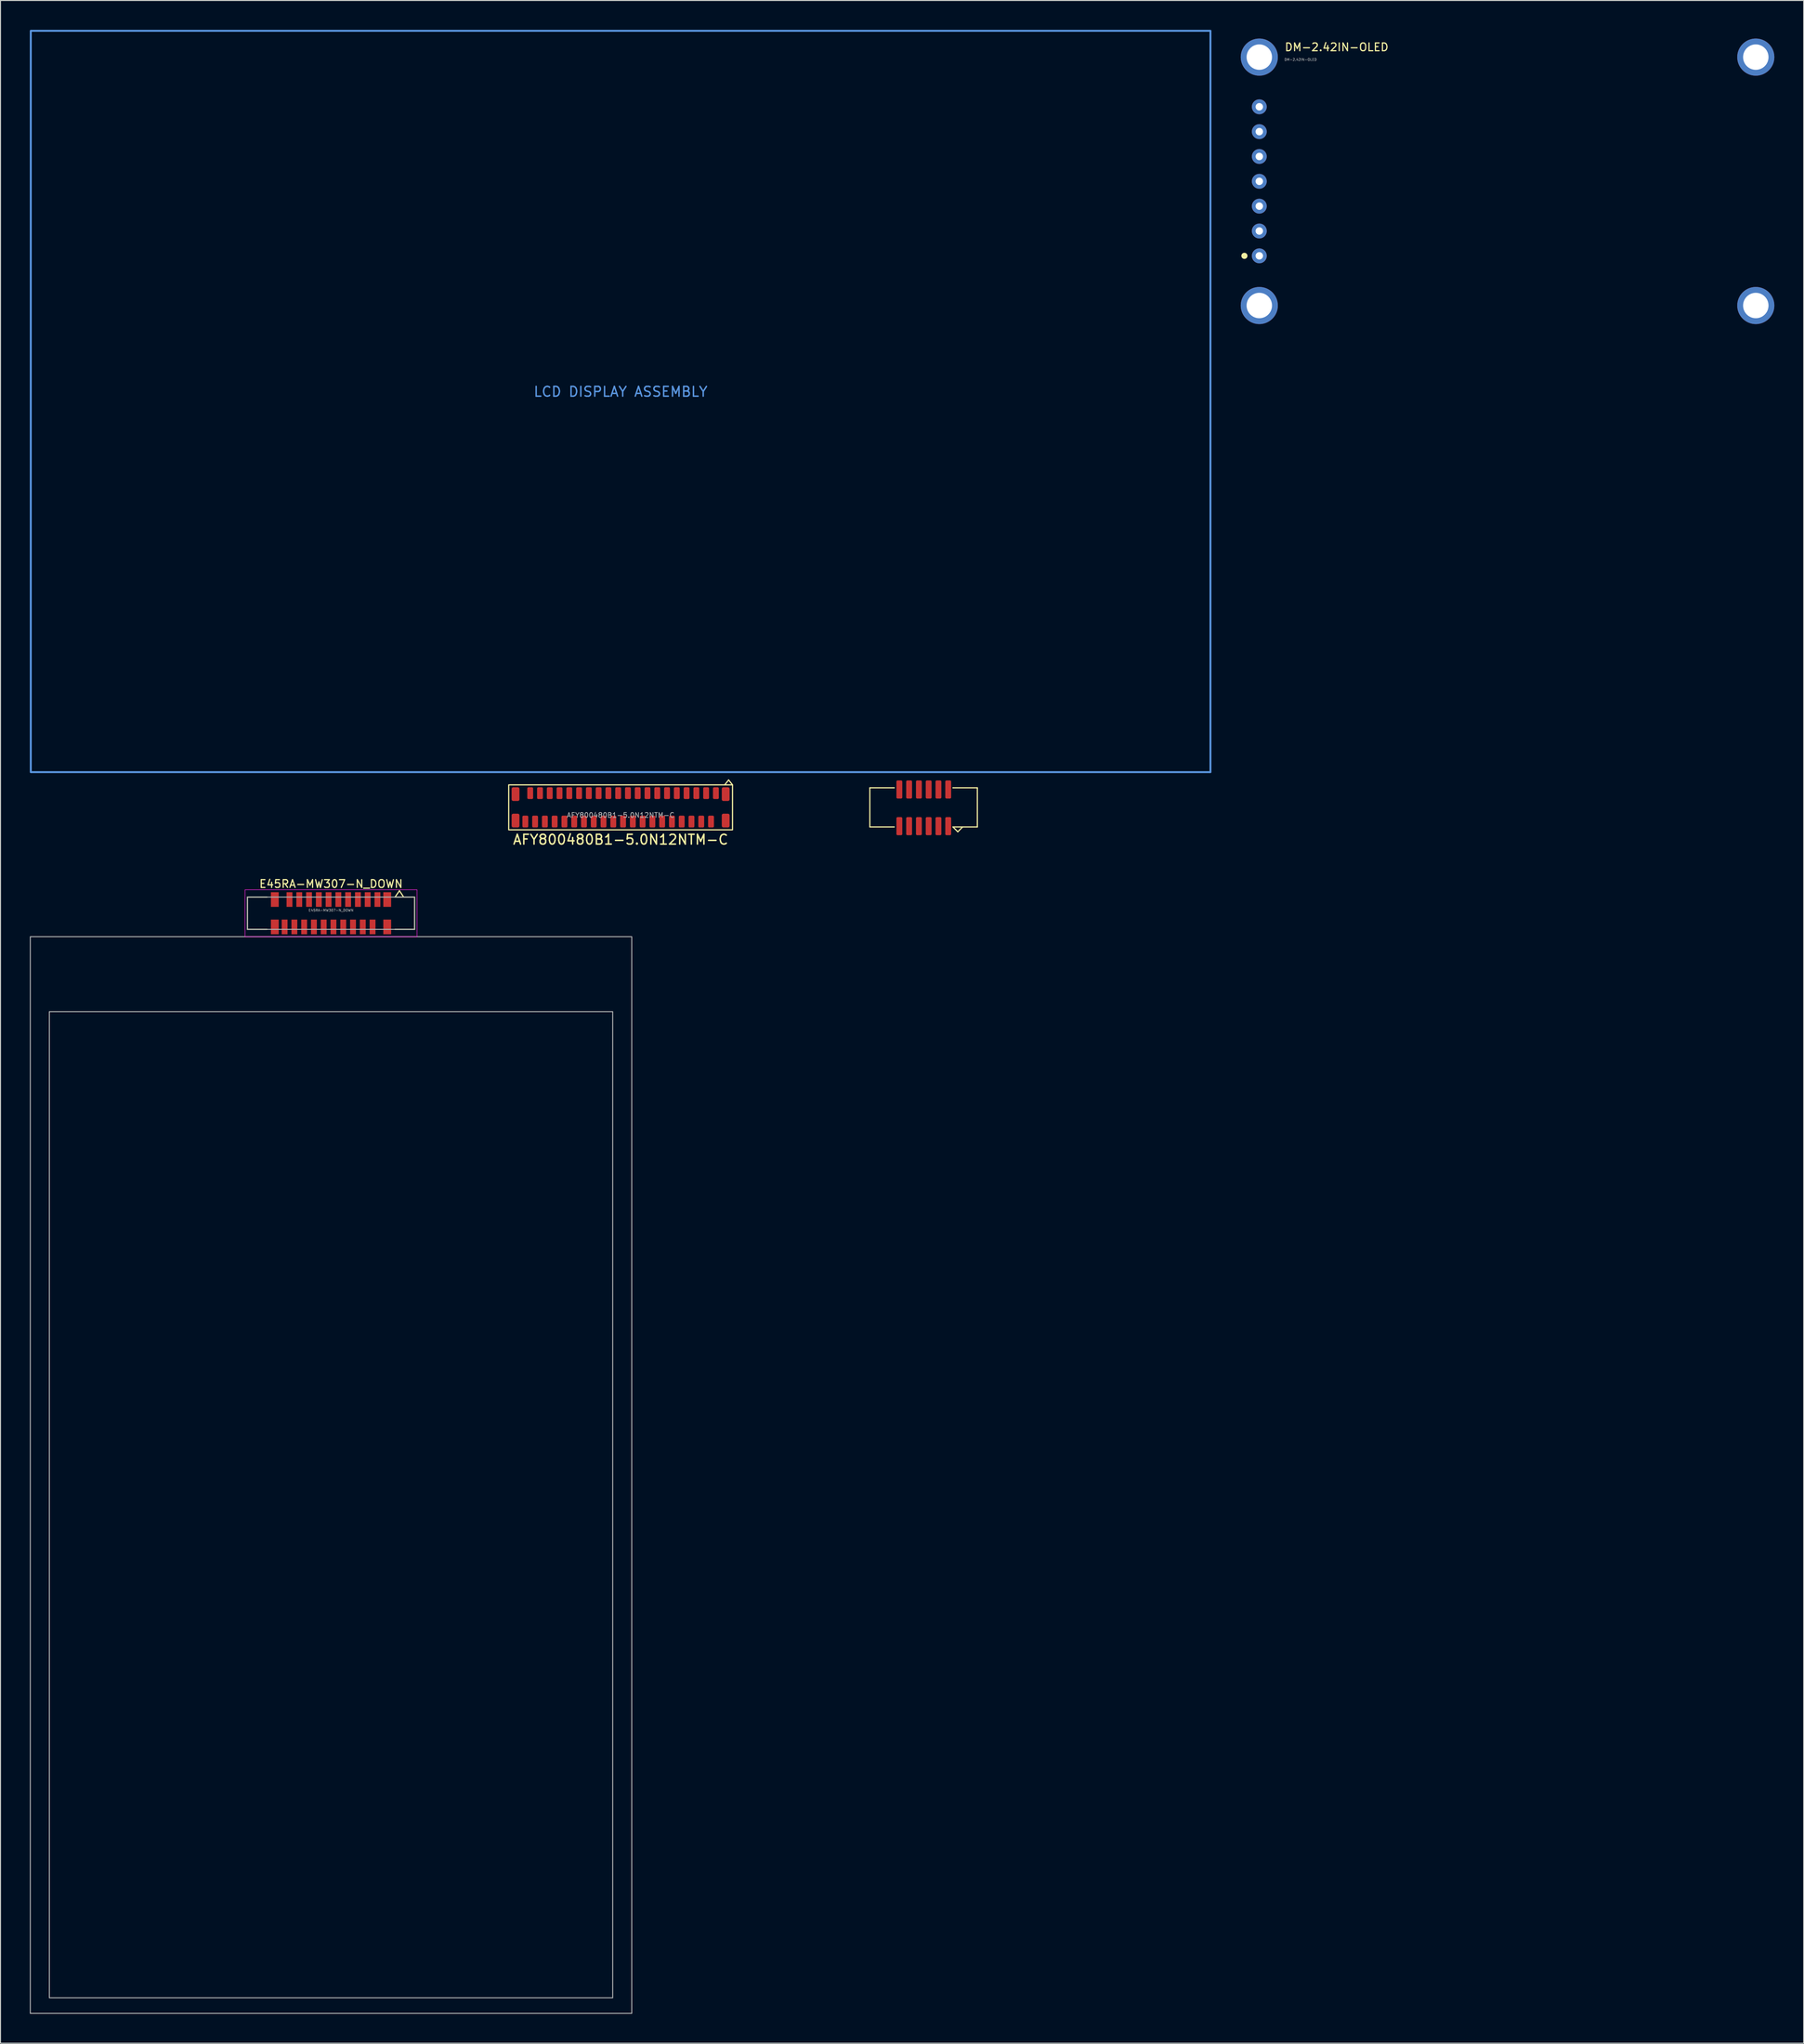
<source format=kicad_pcb>
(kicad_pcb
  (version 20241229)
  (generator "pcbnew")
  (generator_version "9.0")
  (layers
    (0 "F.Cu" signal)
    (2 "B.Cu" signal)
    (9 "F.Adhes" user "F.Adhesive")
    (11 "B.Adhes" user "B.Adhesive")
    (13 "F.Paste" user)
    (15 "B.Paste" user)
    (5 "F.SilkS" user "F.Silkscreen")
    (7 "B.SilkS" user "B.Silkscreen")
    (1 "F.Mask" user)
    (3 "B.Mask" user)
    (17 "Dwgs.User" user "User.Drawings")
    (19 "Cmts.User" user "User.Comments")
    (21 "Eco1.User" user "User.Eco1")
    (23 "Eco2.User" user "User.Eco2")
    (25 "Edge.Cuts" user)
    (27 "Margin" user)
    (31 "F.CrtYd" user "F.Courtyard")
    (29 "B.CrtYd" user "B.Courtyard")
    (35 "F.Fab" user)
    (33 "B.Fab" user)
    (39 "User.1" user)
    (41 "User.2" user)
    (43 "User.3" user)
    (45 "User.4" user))
  (footprint "AFY800480B1-5.0N12NTM-C"
    (layer "F.Cu")
    (at 60.45 79.5)
    (property "Reference" "AFY800480B1-5.0N12NTM-C" (at 0 3.3 0) (unlocked yes) (layer "F.SilkS") (effects (font (size 1 1) (thickness 0.15))))
    (attr smd)
    (fp_line (start 11.05 -2.8) (end 10.65 -2.3) (stroke (width 0.12) (type default)) (layer "F.SilkS"))
    (fp_line (start 11.45 -2.3) (end 11.05 -2.8) (stroke (width 0.12) (type default)) (layer "F.SilkS"))
    (fp_line (start 25.5 -2) (end 25.5 2) (stroke (width 0.12) (type default)) (layer "F.SilkS"))
    (fp_line (start 25.5 2) (end 28 2) (stroke (width 0.12) (type default)) (layer "F.SilkS"))
    (fp_line (start 28 -2) (end 25.5 -2) (stroke (width 0.12) (type default)) (layer "F.SilkS"))
    (fp_line (start 34 -2) (end 36.5 -2) (stroke (width 0.12) (type default)) (layer "F.SilkS"))
    (fp_line (start 34 2) (end 34.5 2.5) (stroke (width 0.12) (type default)) (layer "F.SilkS"))
    (fp_line (start 34.5 2.5) (end 35 2) (stroke (width 0.12) (type default)) (layer "F.SilkS"))
    (fp_line (start 36.5 -2) (end 36.5 2) (stroke (width 0.12) (type default)) (layer "F.SilkS"))
    (fp_line (start 36.5 2) (end 34 2) (stroke (width 0.12) (type default)) (layer "F.SilkS"))
    (fp_rect (start -11.45 -2.3) (end 11.45 2.3) (stroke (width 0.12) (type default)) (fill no) (layer "F.SilkS"))
    (fp_rect (start -60.35 -79.4) (end 60.35 -3.6) (stroke (width 0.2) (type default)) (fill no) (layer "Cmts.User"))
    (fp_line (start 0 0) (end 31.02 0) (stroke (width 0.1) (type default)) (layer "User.4"))
    (fp_text user "LCD DISPLAY ASSEMBLY" (at 0 -42.5 0) (unlocked yes) (layer "Cmts.User") (effects (font (size 1 1) (thickness 0.15))))
    (fp_text user "${REFERENCE}" (at 0 0.8 0) (unlocked yes) (layer "F.Fab") (effects (font (size 0.5 0.5) (thickness 0.075))))
    (pad "1A" smd roundrect (at 9.75 -1.45) (size 0.6 1.2) (layers "F.Cu" "F.Mask" "F.Paste") (roundrect_rratio 0.2))
    (pad "1B" smd roundrect (at 28.52 -1.825) (size 0.6 1.85) (layers "F.Cu" "F.Mask" "F.Paste") (roundrect_rratio 0.2))
    (pad "1B" smd roundrect (at 28.52 1.925) (size 0.6 1.85) (layers "F.Cu" "F.Mask" "F.Paste") (roundrect_rratio 0.2))
    (pad "2A" smd roundrect (at 9.25 1.45) (size 0.6 1.2) (layers "F.Cu" "F.Mask" "F.Paste") (roundrect_rratio 0.2))
    (pad "2B" smd roundrect (at 29.52 -1.825) (size 0.6 1.85) (layers "F.Cu" "F.Mask" "F.Paste") (roundrect_rratio 0.2))
    (pad "2B" smd roundrect (at 29.52 1.925) (size 0.6 1.85) (layers "F.Cu" "F.Mask" "F.Paste") (roundrect_rratio 0.2))
    (pad "3A" smd roundrect (at 8.75 -1.45) (size 0.6 1.2) (layers "F.Cu" "F.Mask" "F.Paste") (roundrect_rratio 0.2))
    (pad "3B" smd roundrect (at 30.52 -1.825) (size 0.6 1.85) (layers "F.Cu" "F.Mask" "F.Paste") (roundrect_rratio 0.2))
    (pad "3B" smd roundrect (at 30.52 1.925) (size 0.6 1.85) (layers "F.Cu" "F.Mask" "F.Paste") (roundrect_rratio 0.2))
    (pad "4A" smd roundrect (at 8.25 1.45) (size 0.6 1.2) (layers "F.Cu" "F.Mask" "F.Paste") (roundrect_rratio 0.2))
    (pad "4B" smd roundrect (at 31.52 -1.825) (size 0.6 1.85) (layers "F.Cu" "F.Mask" "F.Paste") (roundrect_rratio 0.2))
    (pad "4B" smd roundrect (at 31.52 1.925) (size 0.6 1.85) (layers "F.Cu" "F.Mask" "F.Paste") (roundrect_rratio 0.2))
    (pad "5A" smd roundrect (at 7.75 -1.45) (size 0.6 1.2) (layers "F.Cu" "F.Mask" "F.Paste") (roundrect_rratio 0.2))
    (pad "5B" smd roundrect (at 32.52 -1.825) (size 0.6 1.85) (layers "F.Cu" "F.Mask" "F.Paste") (roundrect_rratio 0.2))
    (pad "5B" smd roundrect (at 32.52 1.925) (size 0.6 1.85) (layers "F.Cu" "F.Mask" "F.Paste") (roundrect_rratio 0.2))
    (pad "6A" smd roundrect (at 7.25 1.45) (size 0.6 1.2) (layers "F.Cu" "F.Mask" "F.Paste") (roundrect_rratio 0.2))
    (pad "6B" smd roundrect (at 33.52 -1.825) (size 0.6 1.85) (layers "F.Cu" "F.Mask" "F.Paste") (roundrect_rratio 0.2))
    (pad "6B" smd roundrect (at 33.52 1.925) (size 0.6 1.85) (layers "F.Cu" "F.Mask" "F.Paste") (roundrect_rratio 0.2))
    (pad "7A" smd roundrect (at 6.75 -1.45) (size 0.6 1.2) (layers "F.Cu" "F.Mask" "F.Paste") (roundrect_rratio 0.2))
    (pad "8A" smd roundrect (at 6.25 1.45) (size 0.6 1.2) (layers "F.Cu" "F.Mask" "F.Paste") (roundrect_rratio 0.2))
    (pad "9A" smd roundrect (at 5.75 -1.45) (size 0.6 1.2) (layers "F.Cu" "F.Mask" "F.Paste") (roundrect_rratio 0.2))
    (pad "10A" smd roundrect (at 5.25 1.45) (size 0.6 1.2) (layers "F.Cu" "F.Mask" "F.Paste") (roundrect_rratio 0.2))
    (pad "11A" smd roundrect (at 4.75 -1.45) (size 0.6 1.2) (layers "F.Cu" "F.Mask" "F.Paste") (roundrect_rratio 0.2))
    (pad "12A" smd roundrect (at 4.25 1.45) (size 0.6 1.2) (layers "F.Cu" "F.Mask" "F.Paste") (roundrect_rratio 0.2))
    (pad "13A" smd roundrect (at 3.75 -1.45) (size 0.6 1.2) (layers "F.Cu" "F.Mask" "F.Paste") (roundrect_rratio 0.2))
    (pad "14A" smd roundrect (at 3.25 1.45) (size 0.6 1.2) (layers "F.Cu" "F.Mask" "F.Paste") (roundrect_rratio 0.2))
    (pad "15A" smd roundrect (at 2.75 -1.45) (size 0.6 1.2) (layers "F.Cu" "F.Mask" "F.Paste") (roundrect_rratio 0.2))
    (pad "16A" smd roundrect (at 2.25 1.45) (size 0.6 1.2) (layers "F.Cu" "F.Mask" "F.Paste") (roundrect_rratio 0.2))
    (pad "17A" smd roundrect (at 1.75 -1.45) (size 0.6 1.2) (layers "F.Cu" "F.Mask" "F.Paste") (roundrect_rratio 0.2))
    (pad "18A" smd roundrect (at 1.25 1.45) (size 0.6 1.2) (layers "F.Cu" "F.Mask" "F.Paste") (roundrect_rratio 0.2))
    (pad "19A" smd roundrect (at 0.75 -1.45) (size 0.6 1.2) (layers "F.Cu" "F.Mask" "F.Paste") (roundrect_rratio 0.2))
    (pad "20A" smd roundrect (at 0.25 1.45) (size 0.6 1.2) (layers "F.Cu" "F.Mask" "F.Paste") (roundrect_rratio 0.2))
    (pad "21A" smd roundrect (at -0.25 -1.45) (size 0.6 1.2) (layers "F.Cu" "F.Mask" "F.Paste") (roundrect_rratio 0.2))
    (pad "22A" smd roundrect (at -0.75 1.45) (size 0.6 1.2) (layers "F.Cu" "F.Mask" "F.Paste") (roundrect_rratio 0.2))
    (pad "23A" smd roundrect (at -1.25 -1.45) (size 0.6 1.2) (layers "F.Cu" "F.Mask" "F.Paste") (roundrect_rratio 0.2))
    (pad "24A" smd roundrect (at -1.75 1.45) (size 0.6 1.2) (layers "F.Cu" "F.Mask" "F.Paste") (roundrect_rratio 0.2))
    (pad "25A" smd roundrect (at -2.25 -1.45) (size 0.6 1.2) (layers "F.Cu" "F.Mask" "F.Paste") (roundrect_rratio 0.2))
    (pad "26A" smd roundrect (at -2.75 1.45) (size 0.6 1.2) (layers "F.Cu" "F.Mask" "F.Paste") (roundrect_rratio 0.2))
    (pad "27A" smd roundrect (at -3.25 -1.45) (size 0.6 1.2) (layers "F.Cu" "F.Mask" "F.Paste") (roundrect_rratio 0.2))
    (pad "28A" smd roundrect (at -3.75 1.45) (size 0.6 1.2) (layers "F.Cu" "F.Mask" "F.Paste") (roundrect_rratio 0.2))
    (pad "29A" smd roundrect (at -4.25 -1.45) (size 0.6 1.2) (layers "F.Cu" "F.Mask" "F.Paste") (roundrect_rratio 0.2))
    (pad "30A" smd roundrect (at -4.75 1.45) (size 0.6 1.2) (layers "F.Cu" "F.Mask" "F.Paste") (roundrect_rratio 0.2))
    (pad "31A" smd roundrect (at -5.25 -1.45) (size 0.6 1.2) (layers "F.Cu" "F.Mask" "F.Paste") (roundrect_rratio 0.2))
    (pad "32A" smd roundrect (at -5.75 1.45) (size 0.6 1.2) (layers "F.Cu" "F.Mask" "F.Paste") (roundrect_rratio 0.2))
    (pad "33A" smd roundrect (at -6.25 -1.45) (size 0.6 1.2) (layers "F.Cu" "F.Mask" "F.Paste") (roundrect_rratio 0.2))
    (pad "34A" smd roundrect (at -6.75 1.45) (size 0.6 1.2) (layers "F.Cu" "F.Mask" "F.Paste") (roundrect_rratio 0.2))
    (pad "35A" smd roundrect (at -7.25 -1.45) (size 0.6 1.2) (layers "F.Cu" "F.Mask" "F.Paste") (roundrect_rratio 0.2))
    (pad "36A" smd roundrect (at -7.75 1.45) (size 0.6 1.2) (layers "F.Cu" "F.Mask" "F.Paste") (roundrect_rratio 0.2))
    (pad "37A" smd roundrect (at -8.25 -1.45) (size 0.6 1.2) (layers "F.Cu" "F.Mask" "F.Paste") (roundrect_rratio 0.2))
    (pad "38A" smd roundrect (at -8.75 1.45) (size 0.6 1.2) (layers "F.Cu" "F.Mask" "F.Paste") (roundrect_rratio 0.2))
    (pad "39A" smd roundrect (at -9.25 -1.45) (size 0.6 1.2) (layers "F.Cu" "F.Mask" "F.Paste") (roundrect_rratio 0.2))
    (pad "40A" smd roundrect (at -9.75 1.45) (size 0.6 1.2) (layers "F.Cu" "F.Mask" "F.Paste") (roundrect_rratio 0.2))
    (pad "MP" smd roundrect (at -10.75 -1.35) (size 0.8 1.4) (layers "F.Cu" "F.Mask" "F.Paste") (roundrect_rratio 0.2))
    (pad "MP" smd roundrect (at -10.75 1.35) (size 0.8 1.4) (layers "F.Cu" "F.Mask" "F.Paste") (roundrect_rratio 0.2))
    (pad "MP" smd roundrect (at 10.75 -1.35) (size 0.8 1.4) (layers "F.Cu" "F.Mask" "F.Paste") (roundrect_rratio 0.2))
    (pad "MP" smd roundrect (at 10.75 1.35) (size 0.8 1.4) (layers "F.Cu" "F.Mask" "F.Paste") (roundrect_rratio 0.2)))
  (footprint "E45RA-MW307-N_DOWN"
    (layer "F.Cu")
    (at 30.82 90.327)
    (property "Reference" "E45RA-MW307-N_DOWN" (at 0 -3 0) (unlocked yes) (layer "F.SilkS") (effects (font (size 0.8 0.8) (thickness 0.12))))
    (attr smd)
    (fp_line (start -8.55 -1.65) (end -6.55 -1.65) (stroke (width 0.12) (type solid)) (layer "F.SilkS"))
    (fp_line (start -8.55 1.65) (end -8.55 -1.65) (stroke (width 0.12) (type solid)) (layer "F.SilkS"))
    (fp_line (start -6.55 1.65) (end -8.55 1.65) (stroke (width 0.12) (type solid)) (layer "F.SilkS"))
    (fp_line (start 6.55 -1.65) (end 7 -2.3) (stroke (width 0.12) (type default)) (layer "F.SilkS"))
    (fp_line (start 6.55 1.65) (end 8.55 1.65) (stroke (width 0.12) (type solid)) (layer "F.SilkS"))
    (fp_line (start 7 -2.3) (end 7.4 -1.7) (stroke (width 0.12) (type default)) (layer "F.SilkS"))
    (fp_line (start 8.55 -1.65) (end 6.55 -1.65) (stroke (width 0.12) (type solid)) (layer "F.SilkS"))
    (fp_line (start 8.55 1.65) (end 8.55 -1.65) (stroke (width 0.12) (type solid)) (layer "F.SilkS"))
    (fp_rect (start -8.8 -2.4) (end 8.8 2.4) (stroke (width 0.05) (type default)) (fill no) (layer "F.CrtYd"))
    (fp_rect (start -30.77 2.4) (end 30.77 112.49) (stroke (width 0.1) (type default)) (fill no) (layer "F.Fab"))
    (fp_rect (start -28.82 10.06) (end 28.82 110.9) (stroke (width 0.1) (type default)) (fill no) (layer "F.Fab"))
    (fp_rect (start -8.55 -1.65) (end 8.55 1.65) (stroke (width 0.1) (type default)) (fill no) (layer "F.Fab"))
    (fp_text user "${REFERENCE}" (at 0 -0.3 0) (unlocked yes) (layer "F.Fab") (effects (font (size 0.25 0.25) (thickness 0.04))))
    (pad "1" smd rect (at 4.75 -1.4) (size 0.6 1.5) (layers "F.Cu" "F.Mask" "F.Paste"))
    (pad "2" smd rect (at 4.25 1.4) (size 0.6 1.5) (layers "F.Cu" "F.Mask" "F.Paste"))
    (pad "3" smd rect (at 3.75 -1.4) (size 0.6 1.5) (layers "F.Cu" "F.Mask" "F.Paste"))
    (pad "4" smd rect (at 3.25 1.4) (size 0.6 1.5) (layers "F.Cu" "F.Mask" "F.Paste"))
    (pad "5" smd rect (at 2.75 -1.4) (size 0.6 1.5) (layers "F.Cu" "F.Mask" "F.Paste"))
    (pad "6" smd rect (at 2.25 1.4) (size 0.6 1.5) (layers "F.Cu" "F.Mask" "F.Paste"))
    (pad "7" smd rect (at 1.75 -1.4) (size 0.6 1.5) (layers "F.Cu" "F.Mask" "F.Paste"))
    (pad "8" smd rect (at 1.25 1.4) (size 0.6 1.5) (layers "F.Cu" "F.Mask" "F.Paste"))
    (pad "9" smd rect (at 0.75 -1.4) (size 0.6 1.5) (layers "F.Cu" "F.Mask" "F.Paste"))
    (pad "10" smd rect (at 0.25 1.4) (size 0.6 1.5) (layers "F.Cu" "F.Mask" "F.Paste"))
    (pad "11" smd rect (at -0.25 -1.4) (size 0.6 1.5) (layers "F.Cu" "F.Mask" "F.Paste"))
    (pad "12" smd rect (at -0.75 1.4) (size 0.6 1.5) (layers "F.Cu" "F.Mask" "F.Paste"))
    (pad "13" smd rect (at -1.25 -1.4) (size 0.6 1.5) (layers "F.Cu" "F.Mask" "F.Paste"))
    (pad "14" smd rect (at -1.75 1.4) (size 0.6 1.5) (layers "F.Cu" "F.Mask" "F.Paste"))
    (pad "15" smd rect (at -2.25 -1.4) (size 0.6 1.5) (layers "F.Cu" "F.Mask" "F.Paste"))
    (pad "16" smd rect (at -2.75 1.4) (size 0.6 1.5) (layers "F.Cu" "F.Mask" "F.Paste"))
    (pad "17" smd rect (at -3.25 -1.4) (size 0.6 1.5) (layers "F.Cu" "F.Mask" "F.Paste"))
    (pad "18" smd rect (at -3.75 1.4) (size 0.6 1.5) (layers "F.Cu" "F.Mask" "F.Paste"))
    (pad "19" smd rect (at -4.25 -1.4) (size 0.6 1.5) (layers "F.Cu" "F.Mask" "F.Paste"))
    (pad "20" smd rect (at -4.75 1.4) (size 0.6 1.5) (layers "F.Cu" "F.Mask" "F.Paste"))
    (pad "MP" smd rect (at -5.75 -1.4) (size 0.8 1.5) (layers "F.Cu" "F.Mask" "F.Paste"))
    (pad "MP" smd rect (at -5.75 1.4) (size 0.8 1.5) (layers "F.Cu" "F.Mask" "F.Paste"))
    (pad "MP" smd rect (at 5.75 -1.4) (size 0.8 1.5) (layers "F.Cu" "F.Mask" "F.Paste"))
    (pad "MP" smd rect (at 5.75 1.4) (size 0.8 1.5) (layers "F.Cu" "F.Mask" "F.Paste")))
  (footprint "DM-2.42IN-OLED"
    (layer "F.Cu")
    (at 125.8 0.25)
    (property "Reference" "DM-2.42IN-OLED" (at 2.54 1.524 0) (unlocked yes) (layer "F.SilkS") (effects (font (size 0.8 0.8) (thickness 0.12)) (justify left)))
    (attr through_hole)
    (fp_circle (center -1.524 22.86) (end -1.27 22.86) (stroke (width 0.12) (type solid)) (fill yes) (layer "F.SilkS"))
    (fp_text user "${REFERENCE}" (at 2.54 2.794 0) (unlocked yes) (layer "F.Fab") (effects (font (size 0.25 0.25) (thickness 0.04)) (justify left)))
    (pad "1" thru_hole circle (at 0 22.86 180) (size 1.524 1.524) (drill 0.762) (layers "*.Cu" "*.Mask"))
    (pad "2" thru_hole circle (at 0 20.32 180) (size 1.524 1.524) (drill 0.762) (layers "*.Cu" "*.Mask"))
    (pad "3" thru_hole circle (at 0 17.78 180) (size 1.524 1.524) (drill 0.762) (layers "*.Cu" "*.Mask"))
    (pad "4" thru_hole circle (at 0 15.24 180) (size 1.524 1.524) (drill 0.762) (layers "*.Cu" "*.Mask"))
    (pad "5" thru_hole circle (at 0 12.7 180) (size 1.524 1.524) (drill 0.762) (layers "*.Cu" "*.Mask"))
    (pad "6" thru_hole circle (at 0 10.16 180) (size 1.524 1.524) (drill 0.762) (layers "*.Cu" "*.Mask"))
    (pad "7" thru_hole circle (at 0 7.62 180) (size 1.524 1.524) (drill 0.762) (layers "*.Cu" "*.Mask"))
    (pad "MP" thru_hole circle (at 0 2.54) (size 3.8 3.8) (drill 2.6) (layers "*.Cu" "*.Mask"))
    (pad "MP" thru_hole circle (at 0 27.94) (size 3.8 3.8) (drill 2.6) (layers "*.Cu" "*.Mask"))
    (pad "MP" thru_hole circle (at 50.8 2.54) (size 3.8 3.8) (drill 2.6) (layers "*.Cu" "*.Mask"))
    (pad "MP" thru_hole circle (at 50.8 27.94) (size 3.8 3.8) (drill 2.6) (layers "*.Cu" "*.Mask")))
  (gr_rect
    (start -3 -3)
    (end 181.5 205.867)
    (stroke (width 0.1) (type default))
    (fill no)
    (layer "Edge.Cuts")))
</source>
